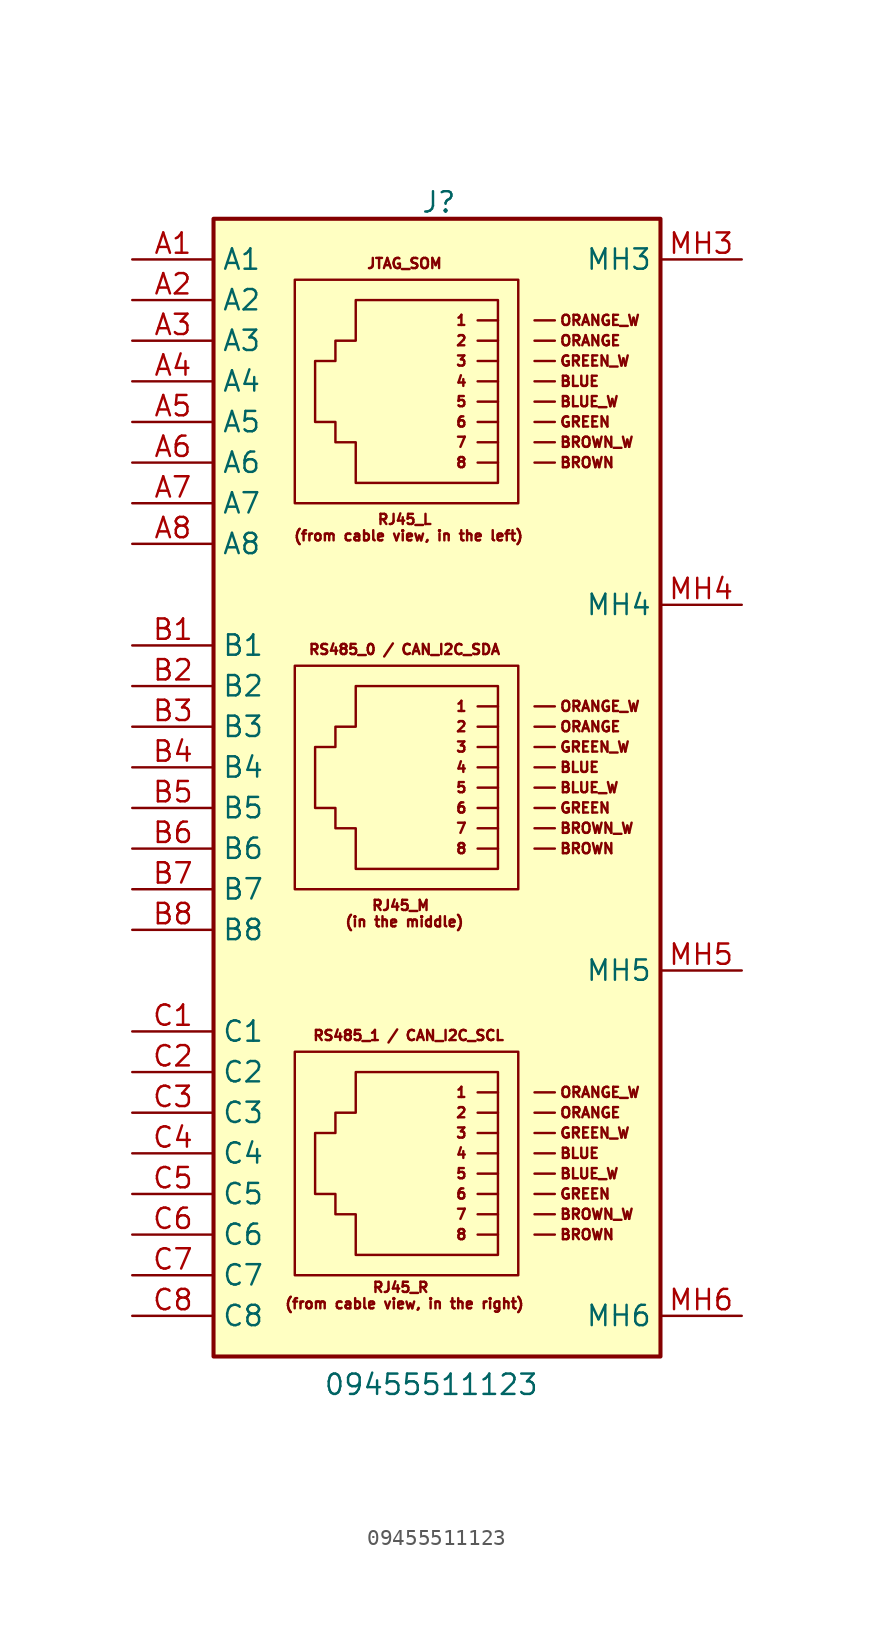
<source format=kicad_sym>
(kicad_symbol_lib
  (version 20231120)
  (generator "kicad_symbol_editor")
  (generator_version "8.0")
  (symbol "09455511123"
    (property "Reference" "J"
      (at 18.034 37.338 0)
      (effects (font (size 1.27 1.27)) (justify left top)))
    (property "Value" "09455511123"
      (at 11.938 -36.576 0)
      (effects (font (size 1.27 1.27)) (justify left top)))
    (symbol "09455511123_0_1"
      (polyline (pts (xy 22.86 -27.94) (xy 21.59 -27.94)) (stroke (width 0) (type default)) (fill (type none)))
      (polyline (pts (xy 22.86 -26.67) (xy 21.59 -26.67)) (stroke (width 0) (type default)) (fill (type none)))
      (polyline (pts (xy 22.86 -25.4) (xy 21.59 -25.4)) (stroke (width 0) (type default)) (fill (type none)))
      (polyline (pts (xy 22.86 -24.13) (xy 21.59 -24.13)) (stroke (width 0) (type default)) (fill (type none)))
      (polyline (pts (xy 22.86 -22.86) (xy 21.59 -22.86)) (stroke (width 0) (type default)) (fill (type none)))
      (polyline (pts (xy 22.86 -21.59) (xy 21.59 -21.59)) (stroke (width 0) (type default)) (fill (type none)))
      (polyline (pts (xy 22.86 -20.32) (xy 21.59 -20.32)) (stroke (width 0) (type default)) (fill (type none)))
      (polyline (pts (xy 22.86 -19.05) (xy 21.59 -19.05)) (stroke (width 0) (type default)) (fill (type none)))
      (polyline (pts (xy 22.86 -3.81) (xy 21.59 -3.81)) (stroke (width 0) (type default)) (fill (type none)))
      (polyline (pts (xy 22.86 -2.54) (xy 21.59 -2.54)) (stroke (width 0) (type default)) (fill (type none)))
      (polyline (pts (xy 22.86 -1.27) (xy 21.59 -1.27)) (stroke (width 0) (type default)) (fill (type none)))
      (polyline (pts (xy 22.86 0) (xy 21.59 0)) (stroke (width 0) (type default)) (fill (type none)))
      (polyline (pts (xy 22.86 1.27) (xy 21.59 1.27)) (stroke (width 0) (type default)) (fill (type none)))
      (polyline (pts (xy 22.86 2.54) (xy 21.59 2.54)) (stroke (width 0) (type default)) (fill (type none)))
      (polyline (pts (xy 22.86 3.81) (xy 21.59 3.81)) (stroke (width 0) (type default)) (fill (type none)))
      (polyline (pts (xy 22.86 5.08) (xy 21.59 5.08)) (stroke (width 0) (type default)) (fill (type none)))
      (polyline (pts (xy 22.86 20.32) (xy 21.59 20.32)) (stroke (width 0) (type default)) (fill (type none)))
      (polyline (pts (xy 22.86 21.59) (xy 21.59 21.59)) (stroke (width 0) (type default)) (fill (type none)))
      (polyline (pts (xy 22.86 22.86) (xy 21.59 22.86)) (stroke (width 0) (type default)) (fill (type none)))
      (polyline (pts (xy 22.86 24.13) (xy 21.59 24.13)) (stroke (width 0) (type default)) (fill (type none)))
      (polyline (pts (xy 22.86 25.4) (xy 21.59 25.4)) (stroke (width 0) (type default)) (fill (type none)))
      (polyline (pts (xy 22.86 26.67) (xy 21.59 26.67)) (stroke (width 0) (type default)) (fill (type none)))
      (polyline (pts (xy 22.86 27.94) (xy 21.59 27.94)) (stroke (width 0) (type default)) (fill (type none)))
      (polyline (pts (xy 22.86 29.21) (xy 21.59 29.21)) (stroke (width 0) (type default)) (fill (type none)))
      (polyline (pts (xy 26.416 -27.94) (xy 25.146 -27.94)) (stroke (width 0) (type default)) (fill (type none)))
      (polyline (pts (xy 26.416 -26.67) (xy 25.146 -26.67)) (stroke (width 0) (type default)) (fill (type none)))
      (polyline (pts (xy 26.416 -25.4) (xy 25.146 -25.4)) (stroke (width 0) (type default)) (fill (type none)))
      (polyline (pts (xy 26.416 -24.13) (xy 25.146 -24.13)) (stroke (width 0) (type default)) (fill (type none)))
      (polyline (pts (xy 26.416 -22.86) (xy 25.146 -22.86)) (stroke (width 0) (type default)) (fill (type none)))
      (polyline (pts (xy 26.416 -21.59) (xy 25.146 -21.59)) (stroke (width 0) (type default)) (fill (type none)))
      (polyline (pts (xy 26.416 -20.32) (xy 25.146 -20.32)) (stroke (width 0) (type default)) (fill (type none)))
      (polyline (pts (xy 26.416 -19.05) (xy 25.146 -19.05)) (stroke (width 0) (type default)) (fill (type none)))
      (polyline (pts (xy 26.416 -3.81) (xy 25.146 -3.81)) (stroke (width 0) (type default)) (fill (type none)))
      (polyline (pts (xy 26.416 -2.54) (xy 25.146 -2.54)) (stroke (width 0) (type default)) (fill (type none)))
      (polyline (pts (xy 26.416 -1.27) (xy 25.146 -1.27)) (stroke (width 0) (type default)) (fill (type none)))
      (polyline (pts (xy 26.416 0) (xy 25.146 0)) (stroke (width 0) (type default)) (fill (type none)))
      (polyline (pts (xy 26.416 1.27) (xy 25.146 1.27)) (stroke (width 0) (type default)) (fill (type none)))
      (polyline (pts (xy 26.416 2.54) (xy 25.146 2.54)) (stroke (width 0) (type default)) (fill (type none)))
      (polyline (pts (xy 26.416 3.81) (xy 25.146 3.81)) (stroke (width 0) (type default)) (fill (type none)))
      (polyline (pts (xy 26.416 5.08) (xy 25.146 5.08)) (stroke (width 0) (type default)) (fill (type none)))
      (polyline (pts (xy 26.416 20.32) (xy 25.146 20.32)) (stroke (width 0) (type default)) (fill (type none)))
      (polyline (pts (xy 26.416 21.59) (xy 25.146 21.59)) (stroke (width 0) (type default)) (fill (type none)))
      (polyline (pts (xy 26.416 22.86) (xy 25.146 22.86)) (stroke (width 0) (type default)) (fill (type none)))
      (polyline (pts (xy 26.416 24.13) (xy 25.146 24.13)) (stroke (width 0) (type default)) (fill (type none)))
      (polyline (pts (xy 26.416 25.4) (xy 25.146 25.4)) (stroke (width 0) (type default)) (fill (type none)))
      (polyline (pts (xy 26.416 26.67) (xy 25.146 26.67)) (stroke (width 0) (type default)) (fill (type none)))
      (polyline (pts (xy 26.416 27.94) (xy 25.146 27.94)) (stroke (width 0) (type default)) (fill (type none)))
      (polyline (pts (xy 26.416 29.21) (xy 25.146 29.21)) (stroke (width 0) (type default)) (fill (type none))))
    (symbol "09455511123_1_1"
      (polyline (pts (xy 22.86 -29.21) (xy 22.86 -17.78) (xy 13.97 -17.78) (xy 13.97 -20.32) (xy 12.7 -20.32) (xy 12.7 -21.59) (xy 11.43 -21.59) (xy 11.43 -25.4) (xy 12.7 -25.4) (xy 12.7 -26.67) (xy 13.97 -26.67) (xy 13.97 -29.21) (xy 22.86 -29.21)) (stroke (width 0) (type default)) (fill (type none)))
      (polyline (pts (xy 22.86 -5.08) (xy 22.86 6.35) (xy 13.97 6.35) (xy 13.97 3.81) (xy 12.7 3.81) (xy 12.7 2.54) (xy 11.43 2.54) (xy 11.43 -1.27) (xy 12.7 -1.27) (xy 12.7 -2.54) (xy 13.97 -2.54) (xy 13.97 -5.08) (xy 22.86 -5.08)) (stroke (width 0) (type default)) (fill (type none)))
      (polyline (pts (xy 22.86 19.05) (xy 22.86 30.48) (xy 13.97 30.48) (xy 13.97 27.94) (xy 12.7 27.94) (xy 12.7 26.67) (xy 11.43 26.67) (xy 11.43 22.86) (xy 12.7 22.86) (xy 12.7 21.59) (xy 13.97 21.59) (xy 13.97 19.05) (xy 22.86 19.05)) (stroke (width 0) (type default)) (fill (type none)))
      (rectangle (start 5.08 35.56) (end 33.02 -35.56) (stroke (width 0.254) (type default)) (fill (type background)))
      (rectangle (start 10.16 -16.51) (end 24.13 -30.48) (stroke (width 0) (type default)) (fill (type none)))
      (rectangle (start 10.16 7.62) (end 24.13 -6.35) (stroke (width 0) (type default)) (fill (type none)))
      (rectangle (start 10.16 31.75) (end 24.13 17.78) (stroke (width 0) (type default)) (fill (type none)))
      (text "1" (at 20.574 -19.05 0) (effects (font (size 0.635 0.635))))
      (text "1" (at 20.574 5.08 0) (effects (font (size 0.635 0.635))))
      (text "1" (at 20.574 29.21 0) (effects (font (size 0.635 0.635))))
      (text "2" (at 20.574 -20.32 0) (effects (font (size 0.635 0.635))))
      (text "2" (at 20.574 3.81 0) (effects (font (size 0.635 0.635))))
      (text "2" (at 20.574 27.94 0) (effects (font (size 0.635 0.635))))
      (text "3" (at 20.574 -21.59 0) (effects (font (size 0.635 0.635))))
      (text "3" (at 20.574 2.54 0) (effects (font (size 0.635 0.635))))
      (text "3" (at 20.574 26.67 0) (effects (font (size 0.635 0.635))))
      (text "4" (at 20.574 -22.86 0) (effects (font (size 0.635 0.635))))
      (text "4" (at 20.574 1.27 0) (effects (font (size 0.635 0.635))))
      (text "4" (at 20.574 25.4 0) (effects (font (size 0.635 0.635))))
      (text "5" (at 20.574 -24.13 0) (effects (font (size 0.635 0.635))))
      (text "5" (at 20.574 0 0) (effects (font (size 0.635 0.635))))
      (text "5" (at 20.574 24.13 0) (effects (font (size 0.635 0.635))))
      (text "6" (at 20.574 -25.4 0) (effects (font (size 0.635 0.635))))
      (text "6" (at 20.574 -1.27 0) (effects (font (size 0.635 0.635))))
      (text "6" (at 20.574 22.86 0) (effects (font (size 0.635 0.635))))
      (text "7" (at 20.574 -26.67 0) (effects (font (size 0.635 0.635))))
      (text "7" (at 20.574 -2.54 0) (effects (font (size 0.635 0.635))))
      (text "7" (at 20.574 21.59 0) (effects (font (size 0.635 0.635))))
      (text "8" (at 20.574 -27.94 0) (effects (font (size 0.635 0.635))))
      (text "8" (at 20.574 -3.81 0) (effects (font (size 0.635 0.635))))
      (text "8" (at 20.574 20.32 0) (effects (font (size 0.635 0.635))))
      (text "BLUE" (at 26.67 -22.86 0) (effects (font (size 0.635 0.635)) (justify left)))
      (text "BLUE" (at 26.67 1.27 0) (effects (font (size 0.635 0.635)) (justify left)))
      (text "BLUE" (at 26.67 25.4 0) (effects (font (size 0.635 0.635)) (justify left)))
      (text "BLUE_W" (at 26.67 -24.13 0) (effects (font (size 0.635 0.635)) (justify left)))
      (text "BLUE_W" (at 26.67 0 0) (effects (font (size 0.635 0.635)) (justify left)))
      (text "BLUE_W" (at 26.67 24.13 0) (effects (font (size 0.635 0.635)) (justify left)))
      (text "BROWN" (at 26.67 -27.94 0) (effects (font (size 0.635 0.635)) (justify left)))
      (text "BROWN" (at 26.67 -3.81 0) (effects (font (size 0.635 0.635)) (justify left)))
      (text "BROWN" (at 26.67 20.32 0) (effects (font (size 0.635 0.635)) (justify left)))
      (text "BROWN_W" (at 26.67 -26.67 0) (effects (font (size 0.635 0.635)) (justify left)))
      (text "BROWN_W" (at 26.67 -2.54 0) (effects (font (size 0.635 0.635)) (justify left)))
      (text "BROWN_W" (at 26.67 21.59 0) (effects (font (size 0.635 0.635)) (justify left)))
      (text "GREEN" (at 26.67 -25.4 0) (effects (font (size 0.635 0.635)) (justify left)))
      (text "GREEN" (at 26.67 -1.27 0) (effects (font (size 0.635 0.635)) (justify left)))
      (text "GREEN" (at 26.67 22.86 0) (effects (font (size 0.635 0.635)) (justify left)))
      (text "GREEN_W" (at 26.67 -21.59 0) (effects (font (size 0.635 0.635)) (justify left)))
      (text "GREEN_W" (at 26.67 2.54 0) (effects (font (size 0.635 0.635)) (justify left)))
      (text "GREEN_W" (at 26.67 26.67 0) (effects (font (size 0.635 0.635)) (justify left)))
      (text "JTAG_SOM" (at 17.018 32.766 0) (effects (font (size 0.635 0.635))))
      (text "ORANGE" (at 26.67 -20.32 0) (effects (font (size 0.635 0.635)) (justify left)))
      (text "ORANGE" (at 26.67 3.81 0) (effects (font (size 0.635 0.635)) (justify left)))
      (text "ORANGE" (at 26.67 27.94 0) (effects (font (size 0.635 0.635)) (justify left)))
      (text "ORANGE_W" (at 26.67 -19.05 0) (effects (font (size 0.635 0.635)) (justify left)))
      (text "ORANGE_W" (at 26.67 5.08 0) (effects (font (size 0.635 0.635)) (justify left)))
      (text "ORANGE_W" (at 26.67 29.21 0) (effects (font (size 0.635 0.635)) (justify left)))
      (text "RJ45_L \n(from cable view, in the left)" (at 17.272 16.256 0) (effects (font (size 0.635 0.635))))
      (text "RJ45_M \n(in the middle)" (at 17.018 -7.874 0) (effects (font (size 0.635 0.635))))
      (text "RJ45_R \n(from cable view, in the right)" (at 17.018 -31.75 0) (effects (font (size 0.635 0.635))))
      (text "RS485_0 / CAN_I2C_SDA" (at 17.018 8.636 0) (effects (font (size 0.635 0.635))))
      (text "RS485_1 / CAN_I2C_SCL" (at 17.272 -15.494 0) (effects (font (size 0.635 0.635))))
      (pin passive line (at 0 33.02 0) (length 5.08) (name "A1" (effects (font (size 1.27 1.27)))) (number "A1" (effects (font (size 1.27 1.27)))))
      (pin passive line (at 0 30.48 0) (length 5.08) (name "A2" (effects (font (size 1.27 1.27)))) (number "A2" (effects (font (size 1.27 1.27)))))
      (pin passive line (at 0 27.94 0) (length 5.08) (name "A3" (effects (font (size 1.27 1.27)))) (number "A3" (effects (font (size 1.27 1.27)))))
      (pin passive line (at 0 25.4 0) (length 5.08) (name "A4" (effects (font (size 1.27 1.27)))) (number "A4" (effects (font (size 1.27 1.27)))))
      (pin passive line (at 0 22.86 0) (length 5.08) (name "A5" (effects (font (size 1.27 1.27)))) (number "A5" (effects (font (size 1.27 1.27)))))
      (pin passive line (at 0 20.32 0) (length 5.08) (name "A6" (effects (font (size 1.27 1.27)))) (number "A6" (effects (font (size 1.27 1.27)))))
      (pin passive line (at 0 17.78 0) (length 5.08) (name "A7" (effects (font (size 1.27 1.27)))) (number "A7" (effects (font (size 1.27 1.27)))))
      (pin passive line (at 0 15.24 0) (length 5.08) (name "A8" (effects (font (size 1.27 1.27)))) (number "A8" (effects (font (size 1.27 1.27)))))
      (pin passive line (at 0 8.89 0) (length 5.08) (name "B1" (effects (font (size 1.27 1.27)))) (number "B1" (effects (font (size 1.27 1.27)))))
      (pin passive line (at 0 6.35 0) (length 5.08) (name "B2" (effects (font (size 1.27 1.27)))) (number "B2" (effects (font (size 1.27 1.27)))))
      (pin passive line (at 0 3.81 0) (length 5.08) (name "B3" (effects (font (size 1.27 1.27)))) (number "B3" (effects (font (size 1.27 1.27)))))
      (pin passive line (at 0 1.27 0) (length 5.08) (name "B4" (effects (font (size 1.27 1.27)))) (number "B4" (effects (font (size 1.27 1.27)))))
      (pin passive line (at 0 -1.27 0) (length 5.08) (name "B5" (effects (font (size 1.27 1.27)))) (number "B5" (effects (font (size 1.27 1.27)))))
      (pin passive line (at 0 -3.81 0) (length 5.08) (name "B6" (effects (font (size 1.27 1.27)))) (number "B6" (effects (font (size 1.27 1.27)))))
      (pin passive line (at 0 -6.35 0) (length 5.08) (name "B7" (effects (font (size 1.27 1.27)))) (number "B7" (effects (font (size 1.27 1.27)))))
      (pin passive line (at 0 -8.89 0) (length 5.08) (name "B8" (effects (font (size 1.27 1.27)))) (number "B8" (effects (font (size 1.27 1.27)))))
      (pin passive line (at 0 -15.24 0) (length 5.08) (name "C1" (effects (font (size 1.27 1.27)))) (number "C1" (effects (font (size 1.27 1.27)))))
      (pin passive line (at 0 -17.78 0) (length 5.08) (name "C2" (effects (font (size 1.27 1.27)))) (number "C2" (effects (font (size 1.27 1.27)))))
      (pin passive line (at 0 -20.32 0) (length 5.08) (name "C3" (effects (font (size 1.27 1.27)))) (number "C3" (effects (font (size 1.27 1.27)))))
      (pin passive line (at 0 -22.86 0) (length 5.08) (name "C4" (effects (font (size 1.27 1.27)))) (number "C4" (effects (font (size 1.27 1.27)))))
      (pin passive line (at 0 -25.4 0) (length 5.08) (name "C5" (effects (font (size 1.27 1.27)))) (number "C5" (effects (font (size 1.27 1.27)))))
      (pin passive line (at 0 -27.94 0) (length 5.08) (name "C6" (effects (font (size 1.27 1.27)))) (number "C6" (effects (font (size 1.27 1.27)))))
      (pin passive line (at 0 -30.48 0) (length 5.08) (name "C7" (effects (font (size 1.27 1.27)))) (number "C7" (effects (font (size 1.27 1.27)))))
      (pin passive line (at 0 -33.02 0) (length 5.08) (name "C8" (effects (font (size 1.27 1.27)))) (number "C8" (effects (font (size 1.27 1.27)))))
      (pin passive line (at 38.1 33.02 180) (length 5.08) (name "MH3" (effects (font (size 1.27 1.27)))) (number "MH3" (effects (font (size 1.27 1.27)))))
      (pin passive line (at 38.1 11.43 180) (length 5.08) (name "MH4" (effects (font (size 1.27 1.27)))) (number "MH4" (effects (font (size 1.27 1.27)))))
      (pin passive line (at 38.1 -11.43 180) (length 5.08) (name "MH5" (effects (font (size 1.27 1.27)))) (number "MH5" (effects (font (size 1.27 1.27)))))
      (pin passive line (at 38.1 -33.02 180) (length 5.08) (name "MH6" (effects (font (size 1.27 1.27)))) (number "MH6" (effects (font (size 1.27 1.27))))))))
</source>
